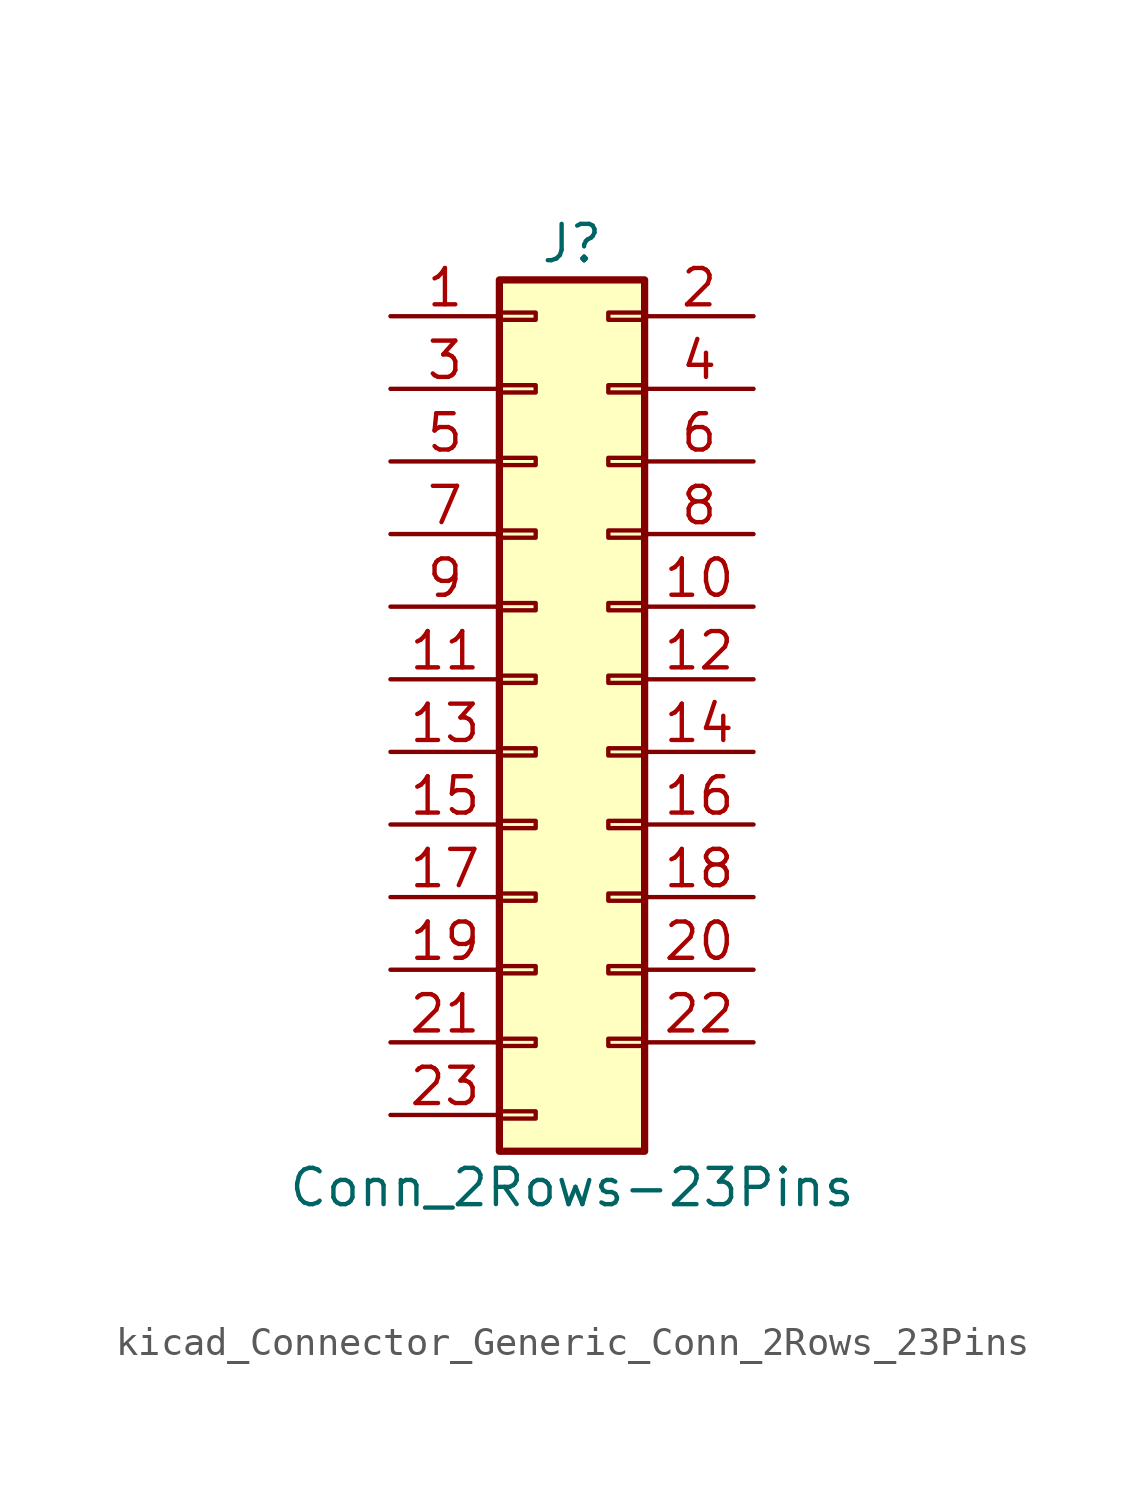
<source format=kicad_sym>
(kicad_symbol_lib
  (version 20220914)
  (generator kicad_symbol_editor)
  (symbol "kicad_Connector_Generic_Conn_2Rows_23Pins"
    (pin_names
      (offset 1.016) hide)
    (property "Reference" "J"
      (at 1.27 15.24 0)
      (effects (font (size 1.27 1.27))))
    (property "Value" "Conn_2Rows-23Pins"
      (at 1.27 -17.78 0)
      (effects (font (size 1.27 1.27))))
    (symbol "kicad_Connector_Generic_Conn_2Rows_23Pins_1_1"
      (rectangle (start -1.27 -15.113) (end 0 -15.367) (stroke (width 0.152) (type default)) (fill (type none)))
      (rectangle (start -1.27 -12.573) (end 0 -12.827) (stroke (width 0.152) (type default)) (fill (type none)))
      (rectangle (start -1.27 -10.033) (end 0 -10.287) (stroke (width 0.152) (type default)) (fill (type none)))
      (rectangle (start -1.27 -7.493) (end 0 -7.747) (stroke (width 0.152) (type default)) (fill (type none)))
      (rectangle (start -1.27 -4.953) (end 0 -5.207) (stroke (width 0.152) (type default)) (fill (type none)))
      (rectangle (start -1.27 -2.413) (end 0 -2.667) (stroke (width 0.152) (type default)) (fill (type none)))
      (rectangle (start -1.27 0.127) (end 0 -0.127) (stroke (width 0.152) (type default)) (fill (type none)))
      (rectangle (start -1.27 2.667) (end 0 2.413) (stroke (width 0.152) (type default)) (fill (type none)))
      (rectangle (start -1.27 5.207) (end 0 4.953) (stroke (width 0.152) (type default)) (fill (type none)))
      (rectangle (start -1.27 7.747) (end 0 7.493) (stroke (width 0.152) (type default)) (fill (type none)))
      (rectangle (start -1.27 10.287) (end 0 10.033) (stroke (width 0.152) (type default)) (fill (type none)))
      (rectangle (start -1.27 12.827) (end 0 12.573) (stroke (width 0.152) (type default)) (fill (type none)))
      (rectangle (start -1.27 13.97) (end 3.81 -16.51) (stroke (width 0.254) (type default)) (fill (type background)))
      (rectangle (start 3.81 -12.573) (end 2.54 -12.827) (stroke (width 0.152) (type default)) (fill (type none)))
      (rectangle (start 3.81 -10.033) (end 2.54 -10.287) (stroke (width 0.152) (type default)) (fill (type none)))
      (rectangle (start 3.81 -7.493) (end 2.54 -7.747) (stroke (width 0.152) (type default)) (fill (type none)))
      (rectangle (start 3.81 -4.953) (end 2.54 -5.207) (stroke (width 0.152) (type default)) (fill (type none)))
      (rectangle (start 3.81 -2.413) (end 2.54 -2.667) (stroke (width 0.152) (type default)) (fill (type none)))
      (rectangle (start 3.81 0.127) (end 2.54 -0.127) (stroke (width 0.152) (type default)) (fill (type none)))
      (rectangle (start 3.81 2.667) (end 2.54 2.413) (stroke (width 0.152) (type default)) (fill (type none)))
      (rectangle (start 3.81 5.207) (end 2.54 4.953) (stroke (width 0.152) (type default)) (fill (type none)))
      (rectangle (start 3.81 7.747) (end 2.54 7.493) (stroke (width 0.152) (type default)) (fill (type none)))
      (rectangle (start 3.81 10.287) (end 2.54 10.033) (stroke (width 0.152) (type default)) (fill (type none)))
      (rectangle (start 3.81 12.827) (end 2.54 12.573) (stroke (width 0.152) (type default)) (fill (type none)))
      (pin passive line (at -5.08 12.7 0) (length 3.81) (name "Pin_1" (effects (font (size 1.27 1.27)))) (number "1" (effects (font (size 1.27 1.27)))))
      (pin passive line (at 7.62 2.54 180) (length 3.81) (name "Pin_10" (effects (font (size 1.27 1.27)))) (number "10" (effects (font (size 1.27 1.27)))))
      (pin passive line (at -5.08 0 0) (length 3.81) (name "Pin_11" (effects (font (size 1.27 1.27)))) (number "11" (effects (font (size 1.27 1.27)))))
      (pin passive line (at 7.62 0 180) (length 3.81) (name "Pin_12" (effects (font (size 1.27 1.27)))) (number "12" (effects (font (size 1.27 1.27)))))
      (pin passive line (at -5.08 -2.54 0) (length 3.81) (name "Pin_13" (effects (font (size 1.27 1.27)))) (number "13" (effects (font (size 1.27 1.27)))))
      (pin passive line (at 7.62 -2.54 180) (length 3.81) (name "Pin_14" (effects (font (size 1.27 1.27)))) (number "14" (effects (font (size 1.27 1.27)))))
      (pin passive line (at -5.08 -5.08 0) (length 3.81) (name "Pin_15" (effects (font (size 1.27 1.27)))) (number "15" (effects (font (size 1.27 1.27)))))
      (pin passive line (at 7.62 -5.08 180) (length 3.81) (name "Pin_16" (effects (font (size 1.27 1.27)))) (number "16" (effects (font (size 1.27 1.27)))))
      (pin passive line (at -5.08 -7.62 0) (length 3.81) (name "Pin_17" (effects (font (size 1.27 1.27)))) (number "17" (effects (font (size 1.27 1.27)))))
      (pin passive line (at 7.62 -7.62 180) (length 3.81) (name "Pin_18" (effects (font (size 1.27 1.27)))) (number "18" (effects (font (size 1.27 1.27)))))
      (pin passive line (at -5.08 -10.16 0) (length 3.81) (name "Pin_19" (effects (font (size 1.27 1.27)))) (number "19" (effects (font (size 1.27 1.27)))))
      (pin passive line (at 7.62 12.7 180) (length 3.81) (name "Pin_2" (effects (font (size 1.27 1.27)))) (number "2" (effects (font (size 1.27 1.27)))))
      (pin passive line (at 7.62 -10.16 180) (length 3.81) (name "Pin_20" (effects (font (size 1.27 1.27)))) (number "20" (effects (font (size 1.27 1.27)))))
      (pin passive line (at -5.08 -12.7 0) (length 3.81) (name "Pin_21" (effects (font (size 1.27 1.27)))) (number "21" (effects (font (size 1.27 1.27)))))
      (pin passive line (at 7.62 -12.7 180) (length 3.81) (name "Pin_22" (effects (font (size 1.27 1.27)))) (number "22" (effects (font (size 1.27 1.27)))))
      (pin passive line (at -5.08 -15.24 0) (length 3.81) (name "Pin_23" (effects (font (size 1.27 1.27)))) (number "23" (effects (font (size 1.27 1.27)))))
      (pin passive line (at -5.08 10.16 0) (length 3.81) (name "Pin_3" (effects (font (size 1.27 1.27)))) (number "3" (effects (font (size 1.27 1.27)))))
      (pin passive line (at 7.62 10.16 180) (length 3.81) (name "Pin_4" (effects (font (size 1.27 1.27)))) (number "4" (effects (font (size 1.27 1.27)))))
      (pin passive line (at -5.08 7.62 0) (length 3.81) (name "Pin_5" (effects (font (size 1.27 1.27)))) (number "5" (effects (font (size 1.27 1.27)))))
      (pin passive line (at 7.62 7.62 180) (length 3.81) (name "Pin_6" (effects (font (size 1.27 1.27)))) (number "6" (effects (font (size 1.27 1.27)))))
      (pin passive line (at -5.08 5.08 0) (length 3.81) (name "Pin_7" (effects (font (size 1.27 1.27)))) (number "7" (effects (font (size 1.27 1.27)))))
      (pin passive line (at 7.62 5.08 180) (length 3.81) (name "Pin_8" (effects (font (size 1.27 1.27)))) (number "8" (effects (font (size 1.27 1.27)))))
      (pin passive line (at -5.08 2.54 0) (length 3.81) (name "Pin_9" (effects (font (size 1.27 1.27)))) (number "9" (effects (font (size 1.27 1.27))))))))
</source>
